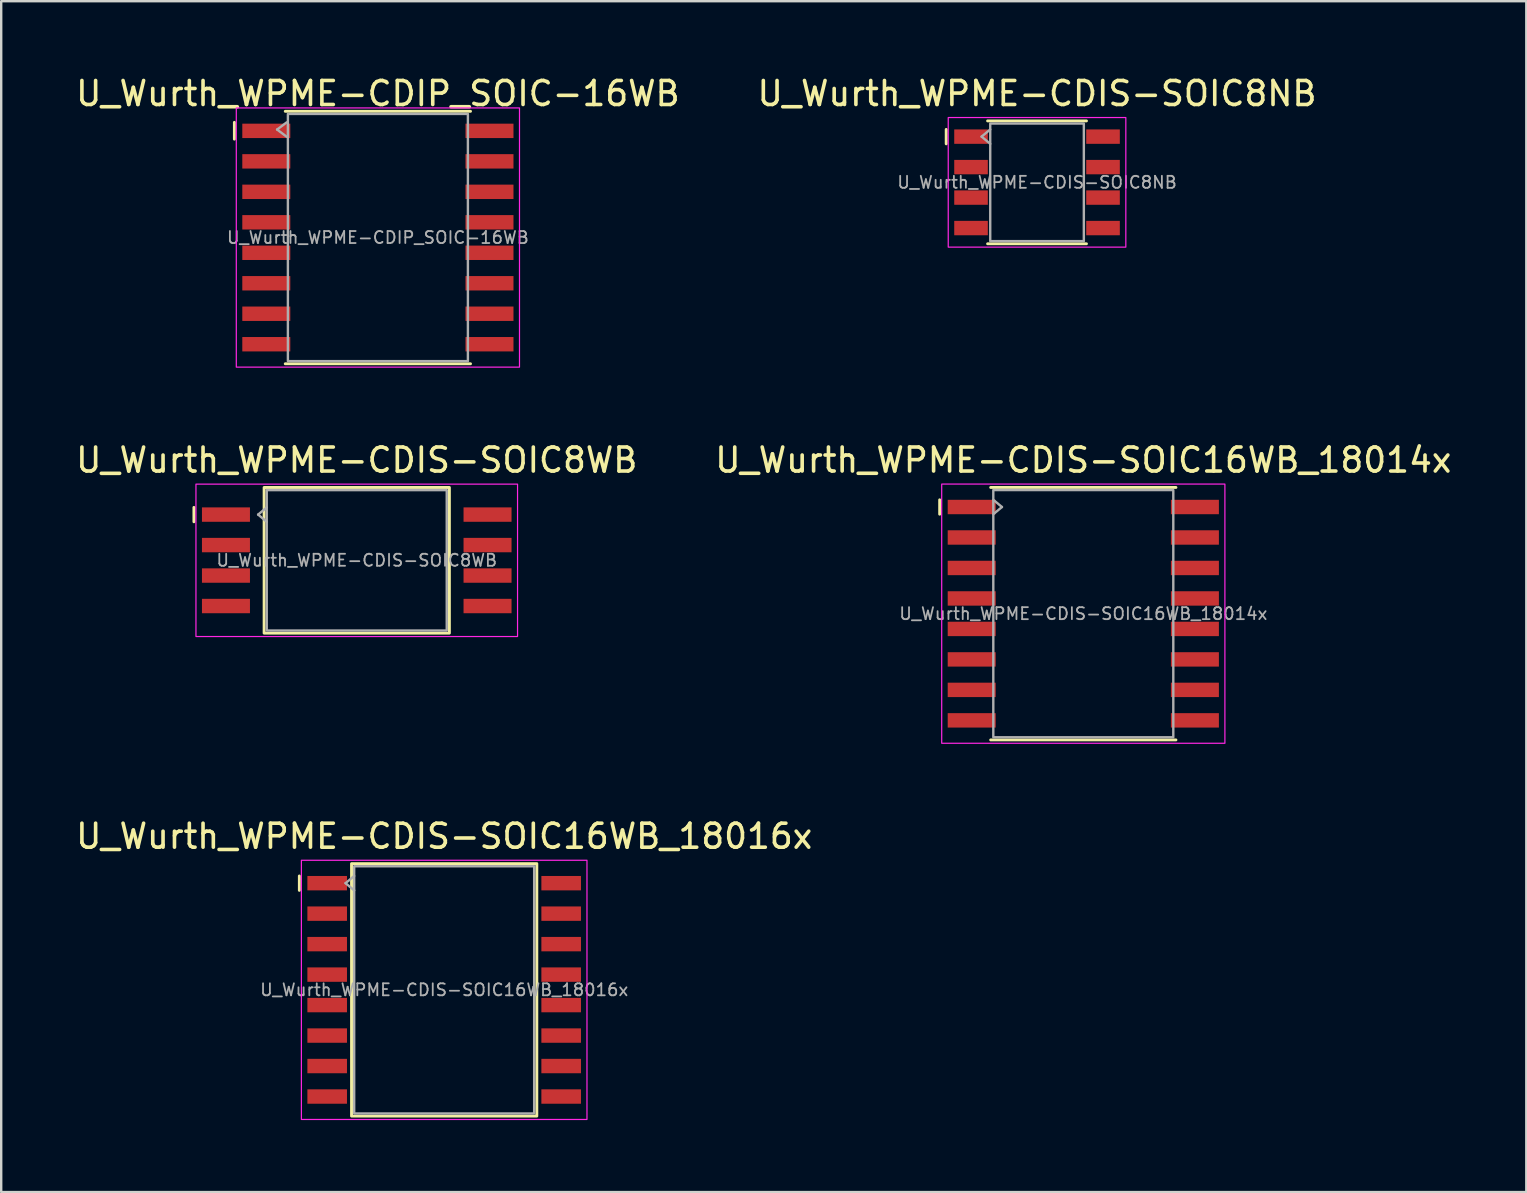
<source format=kicad_pcb>
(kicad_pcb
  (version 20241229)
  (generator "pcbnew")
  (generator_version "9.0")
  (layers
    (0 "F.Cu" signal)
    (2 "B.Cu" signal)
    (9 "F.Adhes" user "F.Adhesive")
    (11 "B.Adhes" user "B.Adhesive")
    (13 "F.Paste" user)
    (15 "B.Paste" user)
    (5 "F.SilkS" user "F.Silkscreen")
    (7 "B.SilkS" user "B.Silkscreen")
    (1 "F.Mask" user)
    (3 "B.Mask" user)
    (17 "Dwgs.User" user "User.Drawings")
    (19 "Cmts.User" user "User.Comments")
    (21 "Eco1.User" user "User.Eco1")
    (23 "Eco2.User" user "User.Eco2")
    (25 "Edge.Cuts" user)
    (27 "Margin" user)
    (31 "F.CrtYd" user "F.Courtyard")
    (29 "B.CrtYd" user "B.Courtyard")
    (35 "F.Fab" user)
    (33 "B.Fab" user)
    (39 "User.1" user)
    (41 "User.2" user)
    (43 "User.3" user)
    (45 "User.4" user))
  (footprint "U_Wurth_WPME-CDIP_SOIC-16WB"
    (layer "F.Cu")
    (at 12.696 6.848)
    (property "Reference" "U_Wurth_WPME-CDIP_SOIC-16WB" (at 0 -6 0) (layer "F.SilkS") (effects (font (size 1 1) (thickness 0.15))))
    (attr smd)
    (fp_line (start -5.98 -4.8) (end -5.98 -4.1) (stroke (width 0.12) (type solid)) (layer "F.SilkS"))
    (fp_line (start -3.86 -5.26) (end 3.86 -5.26) (stroke (width 0.12) (type solid)) (layer "F.SilkS"))
    (fp_line (start -3.86 5.26) (end 3.86 5.26) (stroke (width 0.12) (type solid)) (layer "F.SilkS"))
    (fp_rect (start -5.9 -5.4) (end 5.9 5.4) (stroke (width 0.05) (type solid)) (fill no) (layer "F.CrtYd"))
    (fp_line (start -4.2 -4.5) (end -3.8 -4.8) (stroke (width 0.1) (type default)) (layer "F.Fab"))
    (fp_line (start -4.2 -4.5) (end -3.8 -4.2) (stroke (width 0.1) (type default)) (layer "F.Fab"))
    (fp_rect (start 3.75 -5.15) (end -3.75 5.15) (stroke (width 0.1) (type solid)) (fill no) (layer "F.Fab"))
    (fp_text user "${REFERENCE}" (at 0 0 0) (layer "F.Fab") (effects (font (size 0.5 0.5) (thickness 0.075))))
    (pad "1" smd rect (at -4.65 -4.445 270) (size 0.6 2) (layers "F.Cu" "F.Mask" "F.Paste"))
    (pad "2" smd rect (at -4.65 -3.175 270) (size 0.6 2) (layers "F.Cu" "F.Mask" "F.Paste"))
    (pad "3" smd rect (at -4.65 -1.905 270) (size 0.6 2) (layers "F.Cu" "F.Mask" "F.Paste"))
    (pad "4" smd rect (at -4.65 -0.635 270) (size 0.6 2) (layers "F.Cu" "F.Mask" "F.Paste"))
    (pad "5" smd rect (at -4.65 0.635 270) (size 0.6 2) (layers "F.Cu" "F.Mask" "F.Paste"))
    (pad "6" smd rect (at -4.65 1.905 270) (size 0.6 2) (layers "F.Cu" "F.Mask" "F.Paste"))
    (pad "7" smd rect (at -4.65 3.175 270) (size 0.6 2) (layers "F.Cu" "F.Mask" "F.Paste"))
    (pad "8" smd rect (at -4.65 4.445 270) (size 0.6 2) (layers "F.Cu" "F.Mask" "F.Paste"))
    (pad "9" smd rect (at 4.65 4.445 90) (size 0.6 2) (layers "F.Cu" "F.Mask" "F.Paste"))
    (pad "10" smd rect (at 4.65 3.175 90) (size 0.6 2) (layers "F.Cu" "F.Mask" "F.Paste"))
    (pad "11" smd rect (at 4.65 1.905 90) (size 0.6 2) (layers "F.Cu" "F.Mask" "F.Paste"))
    (pad "12" smd rect (at 4.65 0.635 90) (size 0.6 2) (layers "F.Cu" "F.Mask" "F.Paste"))
    (pad "13" smd rect (at 4.65 -0.635 90) (size 0.6 2) (layers "F.Cu" "F.Mask" "F.Paste"))
    (pad "14" smd rect (at 4.65 -1.905 90) (size 0.6 2) (layers "F.Cu" "F.Mask" "F.Paste"))
    (pad "15" smd rect (at 4.65 -3.175 90) (size 0.6 2) (layers "F.Cu" "F.Mask" "F.Paste"))
    (pad "16" smd rect (at 4.65 -4.445 90) (size 0.6 2) (layers "F.Cu" "F.Mask" "F.Paste")))
  (footprint "U_Wurth_WPME-CDIS-SOIC16WB_18016x"
    (layer "F.Cu")
    (at 15.458 38.195)
    (property "Reference" "U_Wurth_WPME-CDIS-SOIC16WB_18016x" (at 0 -6.4 0) (unlocked yes) (layer "F.SilkS") (effects (font (size 1 1) (thickness 0.15))))
    (attr smd)
    (fp_line (start -6.035 -4.745) (end -6.035 -4.145) (stroke (width 0.12) (type solid)) (layer "F.SilkS"))
    (fp_rect (start -3.86 -5.26) (end 3.86 5.26) (stroke (width 0.12) (type solid)) (fill no) (layer "F.SilkS"))
    (fp_rect (start -5.95 -5.4) (end 5.95 5.4) (stroke (width 0.05) (type solid)) (fill no) (layer "F.CrtYd"))
    (fp_line (start -3.75 -4.745) (end -4.11 -4.445) (stroke (width 0.1) (type solid)) (layer "F.Fab"))
    (fp_line (start -3.75 -4.145) (end -4.11 -4.445) (stroke (width 0.1) (type solid)) (layer "F.Fab"))
    (fp_rect (start -3.75 -5.15) (end 3.75 5.15) (stroke (width 0.1) (type solid)) (fill no) (layer "F.Fab"))
    (fp_text user "${REFERENCE}" (at 0 0 0) (unlocked yes) (layer "F.Fab") (effects (font (size 0.5 0.5) (thickness 0.075))))
    (pad "1" smd rect (at -4.875 -4.445) (size 1.65 0.6) (layers "F.Cu" "F.Mask" "F.Paste"))
    (pad "2" smd rect (at -4.875 -3.175) (size 1.65 0.6) (layers "F.Cu" "F.Mask" "F.Paste"))
    (pad "3" smd rect (at -4.875 -1.905) (size 1.65 0.6) (layers "F.Cu" "F.Mask" "F.Paste"))
    (pad "4" smd rect (at -4.875 -0.635) (size 1.65 0.6) (layers "F.Cu" "F.Mask" "F.Paste"))
    (pad "5" smd rect (at -4.875 0.635) (size 1.65 0.6) (layers "F.Cu" "F.Mask" "F.Paste"))
    (pad "6" smd rect (at -4.875 1.905) (size 1.65 0.6) (layers "F.Cu" "F.Mask" "F.Paste"))
    (pad "7" smd rect (at -4.875 3.175) (size 1.65 0.6) (layers "F.Cu" "F.Mask" "F.Paste"))
    (pad "8" smd rect (at -4.875 4.445) (size 1.65 0.6) (layers "F.Cu" "F.Mask" "F.Paste"))
    (pad "9" smd rect (at 4.875 4.445) (size 1.65 0.6) (layers "F.Cu" "F.Mask" "F.Paste"))
    (pad "10" smd rect (at 4.875 3.175) (size 1.65 0.6) (layers "F.Cu" "F.Mask" "F.Paste"))
    (pad "11" smd rect (at 4.875 1.905) (size 1.65 0.6) (layers "F.Cu" "F.Mask" "F.Paste"))
    (pad "12" smd rect (at 4.875 0.635) (size 1.65 0.6) (layers "F.Cu" "F.Mask" "F.Paste"))
    (pad "13" smd rect (at 4.875 -0.635) (size 1.65 0.6) (layers "F.Cu" "F.Mask" "F.Paste"))
    (pad "14" smd rect (at 4.875 -1.905) (size 1.65 0.6) (layers "F.Cu" "F.Mask" "F.Paste"))
    (pad "15" smd rect (at 4.875 -3.175) (size 1.65 0.6) (layers "F.Cu" "F.Mask" "F.Paste"))
    (pad "16" smd rect (at 4.875 -4.445) (size 1.65 0.6) (layers "F.Cu" "F.Mask" "F.Paste")))
  (footprint "U_Wurth_WPME-CDIS-SOIC8NB"
    (layer "F.Cu")
    (at 40.161 4.548)
    (property "Reference" "U_Wurth_WPME-CDIS-SOIC8NB" (at 0 -3.7 0) (unlocked yes) (layer "F.SilkS") (effects (font (size 1 1) (thickness 0.15))))
    (attr smd)
    (fp_line (start -3.785 -2.205) (end -3.785 -1.605) (stroke (width 0.12) (type solid)) (layer "F.SilkS"))
    (fp_line (start -2.06 -2.56) (end 2.06 -2.56) (stroke (width 0.12) (type default)) (layer "F.SilkS"))
    (fp_line (start 2.06 2.56) (end -2.06 2.56) (stroke (width 0.12) (type default)) (layer "F.SilkS"))
    (fp_rect (start -3.7 -2.7) (end 3.7 2.7) (stroke (width 0.05) (type solid)) (fill no) (layer "F.CrtYd"))
    (fp_line (start -1.95 -2.205) (end -2.31 -1.905) (stroke (width 0.1) (type solid)) (layer "F.Fab"))
    (fp_line (start -1.95 -1.605) (end -2.31 -1.905) (stroke (width 0.1) (type solid)) (layer "F.Fab"))
    (fp_rect (start -1.95 -2.45) (end 1.95 2.45) (stroke (width 0.1) (type solid)) (fill no) (layer "F.Fab"))
    (fp_text user "${REFERENCE}" (at 0 0 0) (unlocked yes) (layer "F.Fab") (effects (font (size 0.5 0.5) (thickness 0.075))))
    (pad "1" smd rect (at -2.75 -1.905) (size 1.4 0.6) (layers "F.Cu" "F.Mask" "F.Paste"))
    (pad "2" smd rect (at -2.75 -0.635) (size 1.4 0.6) (layers "F.Cu" "F.Mask" "F.Paste"))
    (pad "3" smd rect (at -2.75 0.635) (size 1.4 0.6) (layers "F.Cu" "F.Mask" "F.Paste"))
    (pad "4" smd rect (at -2.75 1.905) (size 1.4 0.6) (layers "F.Cu" "F.Mask" "F.Paste"))
    (pad "5" smd rect (at 2.75 1.905) (size 1.4 0.6) (layers "F.Cu" "F.Mask" "F.Paste"))
    (pad "6" smd rect (at 2.75 0.635) (size 1.4 0.6) (layers "F.Cu" "F.Mask" "F.Paste"))
    (pad "7" smd rect (at 2.75 -0.635) (size 1.4 0.6) (layers "F.Cu" "F.Mask" "F.Paste"))
    (pad "8" smd rect (at 2.75 -1.905) (size 1.4 0.6) (layers "F.Cu" "F.Mask" "F.Paste")))
  (footprint "U_Wurth_WPME-CDIS-SOIC8WB"
    (layer "F.Cu")
    (at 11.815 20.297)
    (property "Reference" "U_Wurth_WPME-CDIS-SOIC8WB" (at 0 -4.175 0) (unlocked yes) (layer "F.SilkS") (effects (font (size 1 1) (thickness 0.15))))
    (attr smd)
    (fp_line (start -6.785 -2.205) (end -6.785 -1.605) (stroke (width 0.12) (type solid)) (layer "F.SilkS"))
    (fp_rect (start -3.86 -3.035) (end 3.86 3.035) (stroke (width 0.12) (type solid)) (fill no) (layer "F.SilkS"))
    (fp_rect (start -6.7 -3.175) (end 6.7 3.175) (stroke (width 0.05) (type solid)) (fill no) (layer "F.CrtYd"))
    (fp_line (start -3.75 -2.205) (end -4.11 -1.905) (stroke (width 0.1) (type solid)) (layer "F.Fab"))
    (fp_line (start -3.75 -1.605) (end -4.11 -1.905) (stroke (width 0.1) (type solid)) (layer "F.Fab"))
    (fp_rect (start -3.75 -2.925) (end 3.75 2.925) (stroke (width 0.1) (type solid)) (fill no) (layer "F.Fab"))
    (fp_text user "${REFERENCE}" (at 0 0 0) (unlocked yes) (layer "F.Fab") (effects (font (size 0.5 0.5) (thickness 0.075))))
    (pad "1" smd rect (at -5.45 -1.905) (size 2 0.6) (layers "F.Cu" "F.Mask" "F.Paste"))
    (pad "2" smd rect (at -5.45 -0.635) (size 2 0.6) (layers "F.Cu" "F.Mask" "F.Paste"))
    (pad "3" smd rect (at -5.45 0.635) (size 2 0.6) (layers "F.Cu" "F.Mask" "F.Paste"))
    (pad "4" smd rect (at -5.45 1.905) (size 2 0.6) (layers "F.Cu" "F.Mask" "F.Paste"))
    (pad "5" smd rect (at 5.45 1.905) (size 2 0.6) (layers "F.Cu" "F.Mask" "F.Paste"))
    (pad "6" smd rect (at 5.45 0.635) (size 2 0.6) (layers "F.Cu" "F.Mask" "F.Paste"))
    (pad "7" smd rect (at 5.45 -0.635) (size 2 0.6) (layers "F.Cu" "F.Mask" "F.Paste"))
    (pad "8" smd rect (at 5.45 -1.905) (size 2 0.6) (layers "F.Cu" "F.Mask" "F.Paste")))
  (footprint "U_Wurth_WPME-CDIS-SOIC16WB_18014x"
    (layer "F.Cu")
    (at 42.089 22.521)
    (property "Reference" "U_Wurth_WPME-CDIS-SOIC16WB_18014x" (at 0 -6.4 0) (unlocked yes) (layer "F.SilkS") (effects (font (size 1 1) (thickness 0.15))))
    (attr smd)
    (fp_line (start -5.985 -4.745) (end -5.985 -4.145) (stroke (width 0.12) (type solid)) (layer "F.SilkS"))
    (fp_line (start -3.86 -5.26) (end 3.86 -5.26) (stroke (width 0.12) (type default)) (layer "F.SilkS"))
    (fp_line (start 3.86 5.26) (end -3.86 5.26) (stroke (width 0.12) (type default)) (layer "F.SilkS"))
    (fp_rect (start -5.9 -5.4) (end 5.9 5.4) (stroke (width 0.05) (type solid)) (fill no) (layer "F.CrtYd"))
    (fp_line (start -3.75 -4.745) (end -3.39 -4.445) (stroke (width 0.1) (type solid)) (layer "F.Fab"))
    (fp_line (start -3.75 -4.145) (end -3.39 -4.445) (stroke (width 0.1) (type solid)) (layer "F.Fab"))
    (fp_rect (start -3.75 -5.15) (end 3.75 5.15) (stroke (width 0.1) (type solid)) (fill no) (layer "F.Fab"))
    (fp_text user "${REFERENCE}" (at 0 0 0) (unlocked yes) (layer "F.Fab") (effects (font (size 0.5 0.5) (thickness 0.075))))
    (pad "1" smd rect (at -4.65 -4.445) (size 2 0.6) (layers "F.Cu" "F.Mask" "F.Paste"))
    (pad "2" smd rect (at -4.65 -3.175) (size 2 0.6) (layers "F.Cu" "F.Mask" "F.Paste"))
    (pad "3" smd rect (at -4.65 -1.905) (size 2 0.6) (layers "F.Cu" "F.Mask" "F.Paste"))
    (pad "4" smd rect (at -4.65 -0.635) (size 2 0.6) (layers "F.Cu" "F.Mask" "F.Paste"))
    (pad "5" smd rect (at -4.65 0.635) (size 2 0.6) (layers "F.Cu" "F.Mask" "F.Paste"))
    (pad "6" smd rect (at -4.65 1.905) (size 2 0.6) (layers "F.Cu" "F.Mask" "F.Paste"))
    (pad "7" smd rect (at -4.65 3.175) (size 2 0.6) (layers "F.Cu" "F.Mask" "F.Paste"))
    (pad "8" smd rect (at -4.65 4.445) (size 2 0.6) (layers "F.Cu" "F.Mask" "F.Paste"))
    (pad "9" smd rect (at 4.65 4.445) (size 2 0.6) (layers "F.Cu" "F.Mask" "F.Paste"))
    (pad "10" smd rect (at 4.65 3.175) (size 2 0.6) (layers "F.Cu" "F.Mask" "F.Paste"))
    (pad "11" smd rect (at 4.65 1.905) (size 2 0.6) (layers "F.Cu" "F.Mask" "F.Paste"))
    (pad "12" smd rect (at 4.65 0.635) (size 2 0.6) (layers "F.Cu" "F.Mask" "F.Paste"))
    (pad "13" smd rect (at 4.65 -0.635) (size 2 0.6) (layers "F.Cu" "F.Mask" "F.Paste"))
    (pad "14" smd rect (at 4.65 -1.905) (size 2 0.6) (layers "F.Cu" "F.Mask" "F.Paste"))
    (pad "15" smd rect (at 4.65 -3.175) (size 2 0.6) (layers "F.Cu" "F.Mask" "F.Paste"))
    (pad "16" smd rect (at 4.65 -4.445) (size 2 0.6) (layers "F.Cu" "F.Mask" "F.Paste")))
  (gr_rect
    (start -3 -3)
    (end 60.548 46.62)
    (stroke (width 0.1) (type default))
    (fill no)
    (layer "Edge.Cuts")))
</source>
